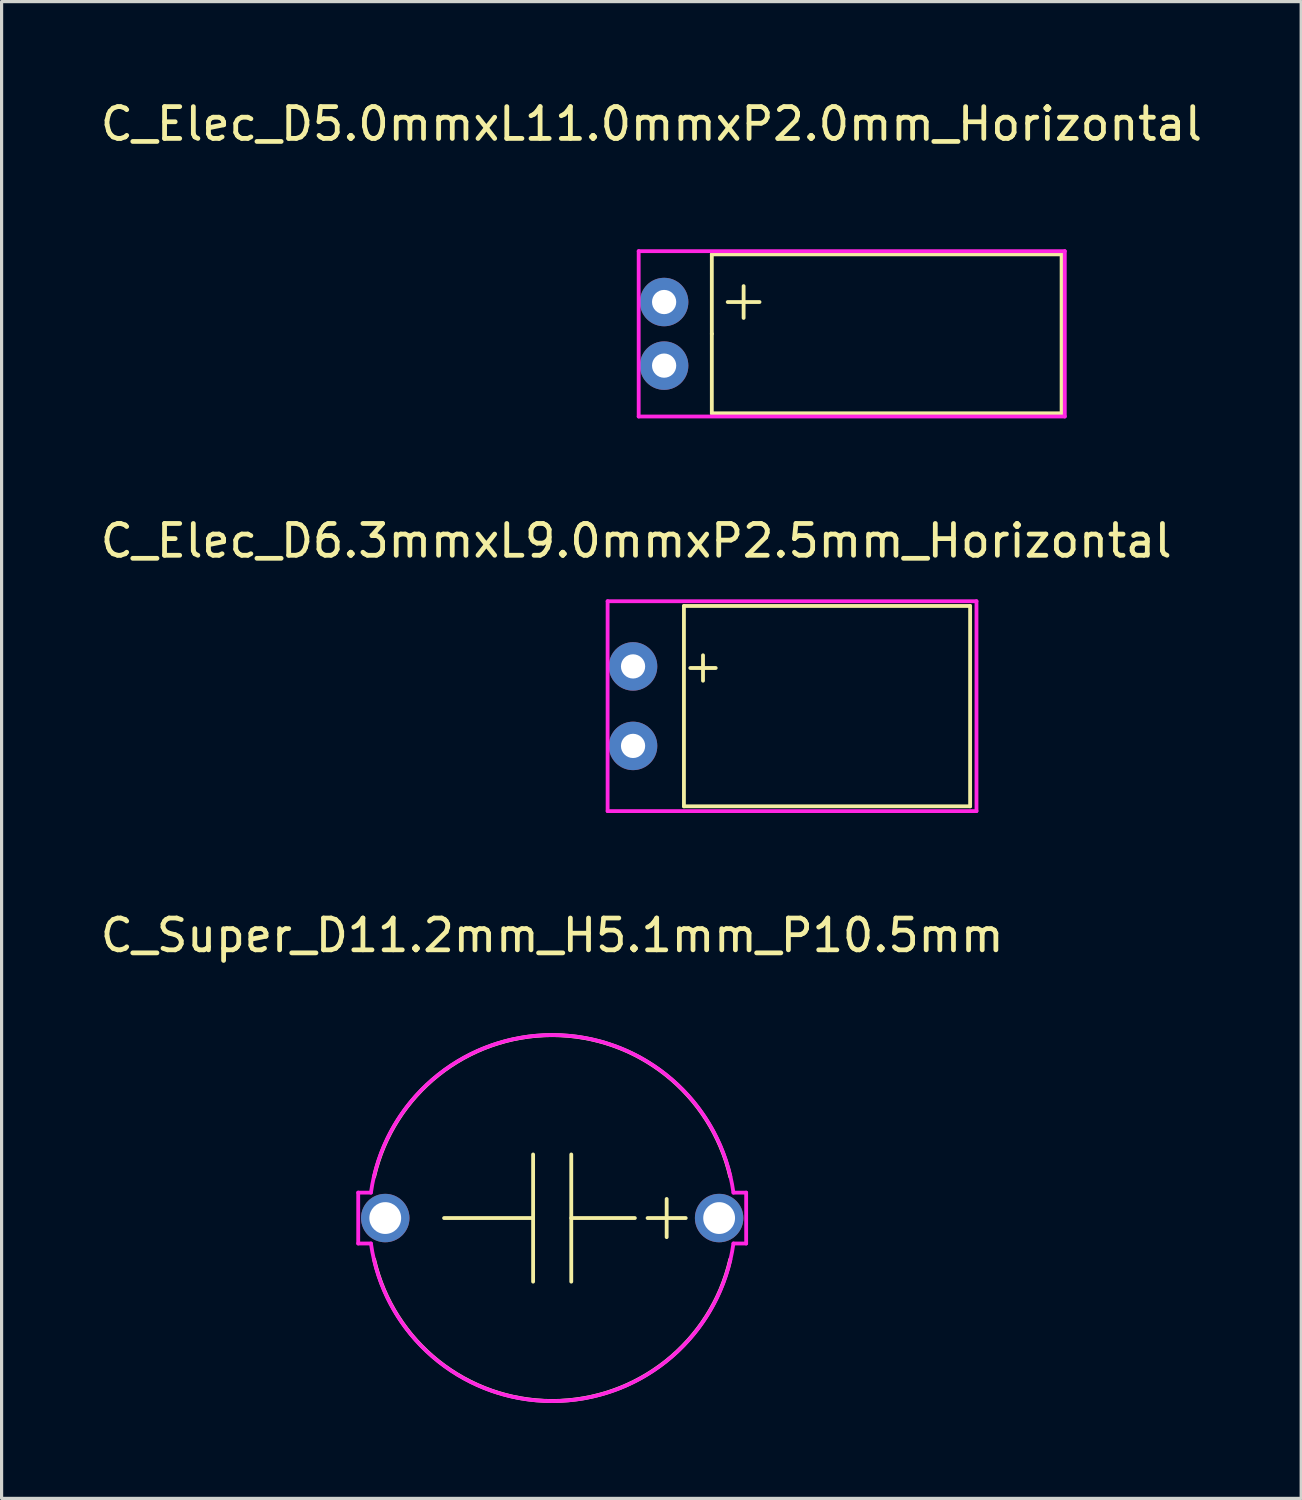
<source format=kicad_pcb>
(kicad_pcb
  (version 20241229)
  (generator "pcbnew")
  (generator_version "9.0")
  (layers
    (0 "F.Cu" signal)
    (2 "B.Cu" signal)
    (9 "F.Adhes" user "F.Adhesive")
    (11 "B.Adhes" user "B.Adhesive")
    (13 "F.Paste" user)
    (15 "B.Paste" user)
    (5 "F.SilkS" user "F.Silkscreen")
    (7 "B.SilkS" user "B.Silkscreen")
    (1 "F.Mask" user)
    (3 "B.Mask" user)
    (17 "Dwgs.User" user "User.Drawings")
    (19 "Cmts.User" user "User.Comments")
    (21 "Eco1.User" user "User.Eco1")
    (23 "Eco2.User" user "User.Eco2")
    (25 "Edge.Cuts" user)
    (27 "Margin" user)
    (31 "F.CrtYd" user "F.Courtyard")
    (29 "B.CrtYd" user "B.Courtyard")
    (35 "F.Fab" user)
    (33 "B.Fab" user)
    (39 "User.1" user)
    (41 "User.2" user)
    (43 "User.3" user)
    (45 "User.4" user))
  (footprint "C_Super_D11.2mm_H5.1mm_P10.5mm"
    (layer "F.Cu")
    (at 14.315 35.255)
    (property "Reference" "C_Super_D11.2mm_H5.1mm_P10.5mm" (at 0 -8.89 0) (unlocked yes) (layer "F.SilkS") (effects (font (size 1 1) (thickness 0.15))))
    (attr through_hole)
    (fp_line (start -0.6 0) (end -3.4 0) (stroke (width 0.12) (type solid)) (layer "F.SilkS"))
    (fp_line (start -0.6 2) (end -0.6 -2) (stroke (width 0.12) (type solid)) (layer "F.SilkS"))
    (fp_line (start 0.6 0) (end 2.6 0) (stroke (width 0.12) (type solid)) (layer "F.SilkS"))
    (fp_line (start 0.6 2) (end 0.6 -2) (stroke (width 0.12) (type solid)) (layer "F.SilkS"))
    (fp_line (start 3.6 0.6) (end 3.6 -0.6) (stroke (width 0.12) (type solid)) (layer "F.SilkS"))
    (fp_line (start 4.2 0) (end 3 0) (stroke (width 0.12) (type solid)) (layer "F.SilkS"))
    (fp_arc (start -5.6 -1.3) (mid 0 -5.75275) (end 5.6 -1.3) (stroke (width 0.12) (type solid)) (layer "F.SilkS"))
    (fp_arc (start 5.6 1.3) (mid 0 5.75275) (end -5.6 1.3) (stroke (width 0.12) (type solid)) (layer "F.SilkS"))
    (fp_line (start -6.1 -0.8) (end -6.1 0.8) (stroke (width 0.12) (type solid)) (layer "F.CrtYd"))
    (fp_line (start -6.1 0.8) (end -5.7 0.8) (stroke (width 0.12) (type solid)) (layer "F.CrtYd"))
    (fp_line (start -5.7 -0.8) (end -6.1 -0.8) (stroke (width 0.12) (type solid)) (layer "F.CrtYd"))
    (fp_line (start 5.7 0.8) (end 6.1 0.8) (stroke (width 0.12) (type solid)) (layer "F.CrtYd"))
    (fp_line (start 6.1 -0.8) (end 5.7 -0.8) (stroke (width 0.12) (type solid)) (layer "F.CrtYd"))
    (fp_line (start 6.1 0.8) (end 6.1 -0.8) (stroke (width 0.12) (type solid)) (layer "F.CrtYd"))
    (fp_arc (start -5.699999 -0.8) (mid 0 -5.755866) (end 5.699999 -0.8) (stroke (width 0.12) (type solid)) (layer "F.CrtYd"))
    (fp_arc (start 5.699998 0.8) (mid -0.000001 5.755866) (end -5.7 0.8) (stroke (width 0.12) (type solid)) (layer "F.CrtYd"))
    (pad "1" thru_hole circle (at 5.25 0) (size 1.524 1.524) (drill 1) (layers "*.Cu" "*.Mask"))
    (pad "2" thru_hole circle (at -5.25 0) (size 1.524 1.524) (drill 1) (layers "*.Cu" "*.Mask")))
  (footprint "C_Elec_D6.3mmxL9.0mmxP2.5mm_Horizontal"
    (layer "F.Cu")
    (at 16.858 19.157)
    (property "Reference" "C_Elec_D6.3mmxL9.0mmxP2.5mm_Horizontal" (at 0.1 -5.2 0) (unlocked yes) (layer "F.SilkS") (effects (font (size 1 1) (thickness 0.15))))
    (attr through_hole)
    (fp_line (start 1.6 -3.15) (end 10.6 -3.15) (stroke (width 0.12) (type solid)) (layer "F.SilkS"))
    (fp_line (start 1.6 3.15) (end 1.6 -3.15) (stroke (width 0.12) (type solid)) (layer "F.SilkS"))
    (fp_line (start 1.6 3.15) (end 10.6 3.15) (stroke (width 0.12) (type solid)) (layer "F.SilkS"))
    (fp_line (start 1.8 -1.2) (end 2.6 -1.2) (stroke (width 0.12) (type solid)) (layer "F.SilkS"))
    (fp_line (start 2.2 -0.8) (end 2.2 -1.6) (stroke (width 0.12) (type solid)) (layer "F.SilkS"))
    (fp_line (start 10.6 -3.15) (end 10.6 3.15) (stroke (width 0.12) (type solid)) (layer "F.SilkS"))
    (fp_line (start -0.8 -3.3) (end 10.8 -3.3) (stroke (width 0.12) (type solid)) (layer "F.CrtYd"))
    (fp_line (start -0.8 3.3) (end -0.8 -3.3) (stroke (width 0.12) (type solid)) (layer "F.CrtYd"))
    (fp_line (start 10.8 -3.3) (end 10.8 3.3) (stroke (width 0.12) (type solid)) (layer "F.CrtYd"))
    (fp_line (start 10.8 3.3) (end -0.8 3.3) (stroke (width 0.12) (type solid)) (layer "F.CrtYd"))
    (pad "1" thru_hole circle (at 0 -1.25) (size 1.524 1.524) (drill 0.762) (layers "*.Cu" "*.Mask"))
    (pad "2" thru_hole circle (at 0 1.25) (size 1.524 1.524) (drill 0.762) (layers "*.Cu" "*.Mask")))
  (footprint "C_Elec_D5.0mmxL11.0mmxP2.0mm_Horizontal"
    (layer "F.Cu")
    (at 17.835 7.448)
    (property "Reference" "C_Elec_D5.0mmxL11.0mmxP2.0mm_Horizontal" (at -0.4 -6.6 0) (unlocked yes) (layer "F.SilkS") (effects (font (size 1 1) (thickness 0.15))))
    (attr through_hole)
    (fp_line (start 1.5 -2.5) (end 12.5 -2.5) (stroke (width 0.12) (type solid)) (layer "F.SilkS"))
    (fp_line (start 1.5 0) (end 1.5 -2.5) (stroke (width 0.12) (type solid)) (layer "F.SilkS"))
    (fp_line (start 1.5 2.5) (end 1.5 0) (stroke (width 0.12) (type solid)) (layer "F.SilkS"))
    (fp_line (start 2 -1) (end 3 -1) (stroke (width 0.12) (type solid)) (layer "F.SilkS"))
    (fp_line (start 2.5 -1.5) (end 2.5 -0.5) (stroke (width 0.12) (type solid)) (layer "F.SilkS"))
    (fp_line (start 12.5 -2.5) (end 12.5 2.5) (stroke (width 0.12) (type solid)) (layer "F.SilkS"))
    (fp_line (start 12.5 2.5) (end 1.5 2.5) (stroke (width 0.12) (type solid)) (layer "F.SilkS"))
    (fp_line (start -0.8 -2.6) (end 12.6 -2.6) (stroke (width 0.12) (type solid)) (layer "F.CrtYd"))
    (fp_line (start -0.8 2.6) (end -0.8 -2.6) (stroke (width 0.12) (type solid)) (layer "F.CrtYd"))
    (fp_line (start 12.6 -2.6) (end 12.6 2.6) (stroke (width 0.12) (type solid)) (layer "F.CrtYd"))
    (fp_line (start 12.6 2.6) (end -0.8 2.6) (stroke (width 0.12) (type solid)) (layer "F.CrtYd"))
    (pad "1" thru_hole circle (at 0 -1) (size 1.524 1.524) (drill 0.762) (layers "*.Cu" "*.Mask"))
    (pad "2" thru_hole circle (at 0 1) (size 1.524 1.524) (drill 0.762) (layers "*.Cu" "*.Mask")))
  (gr_rect
    (start -3 -3)
    (end 37.869 44.071)
    (stroke (width 0.1) (type default))
    (fill no)
    (layer "Edge.Cuts")))
</source>
